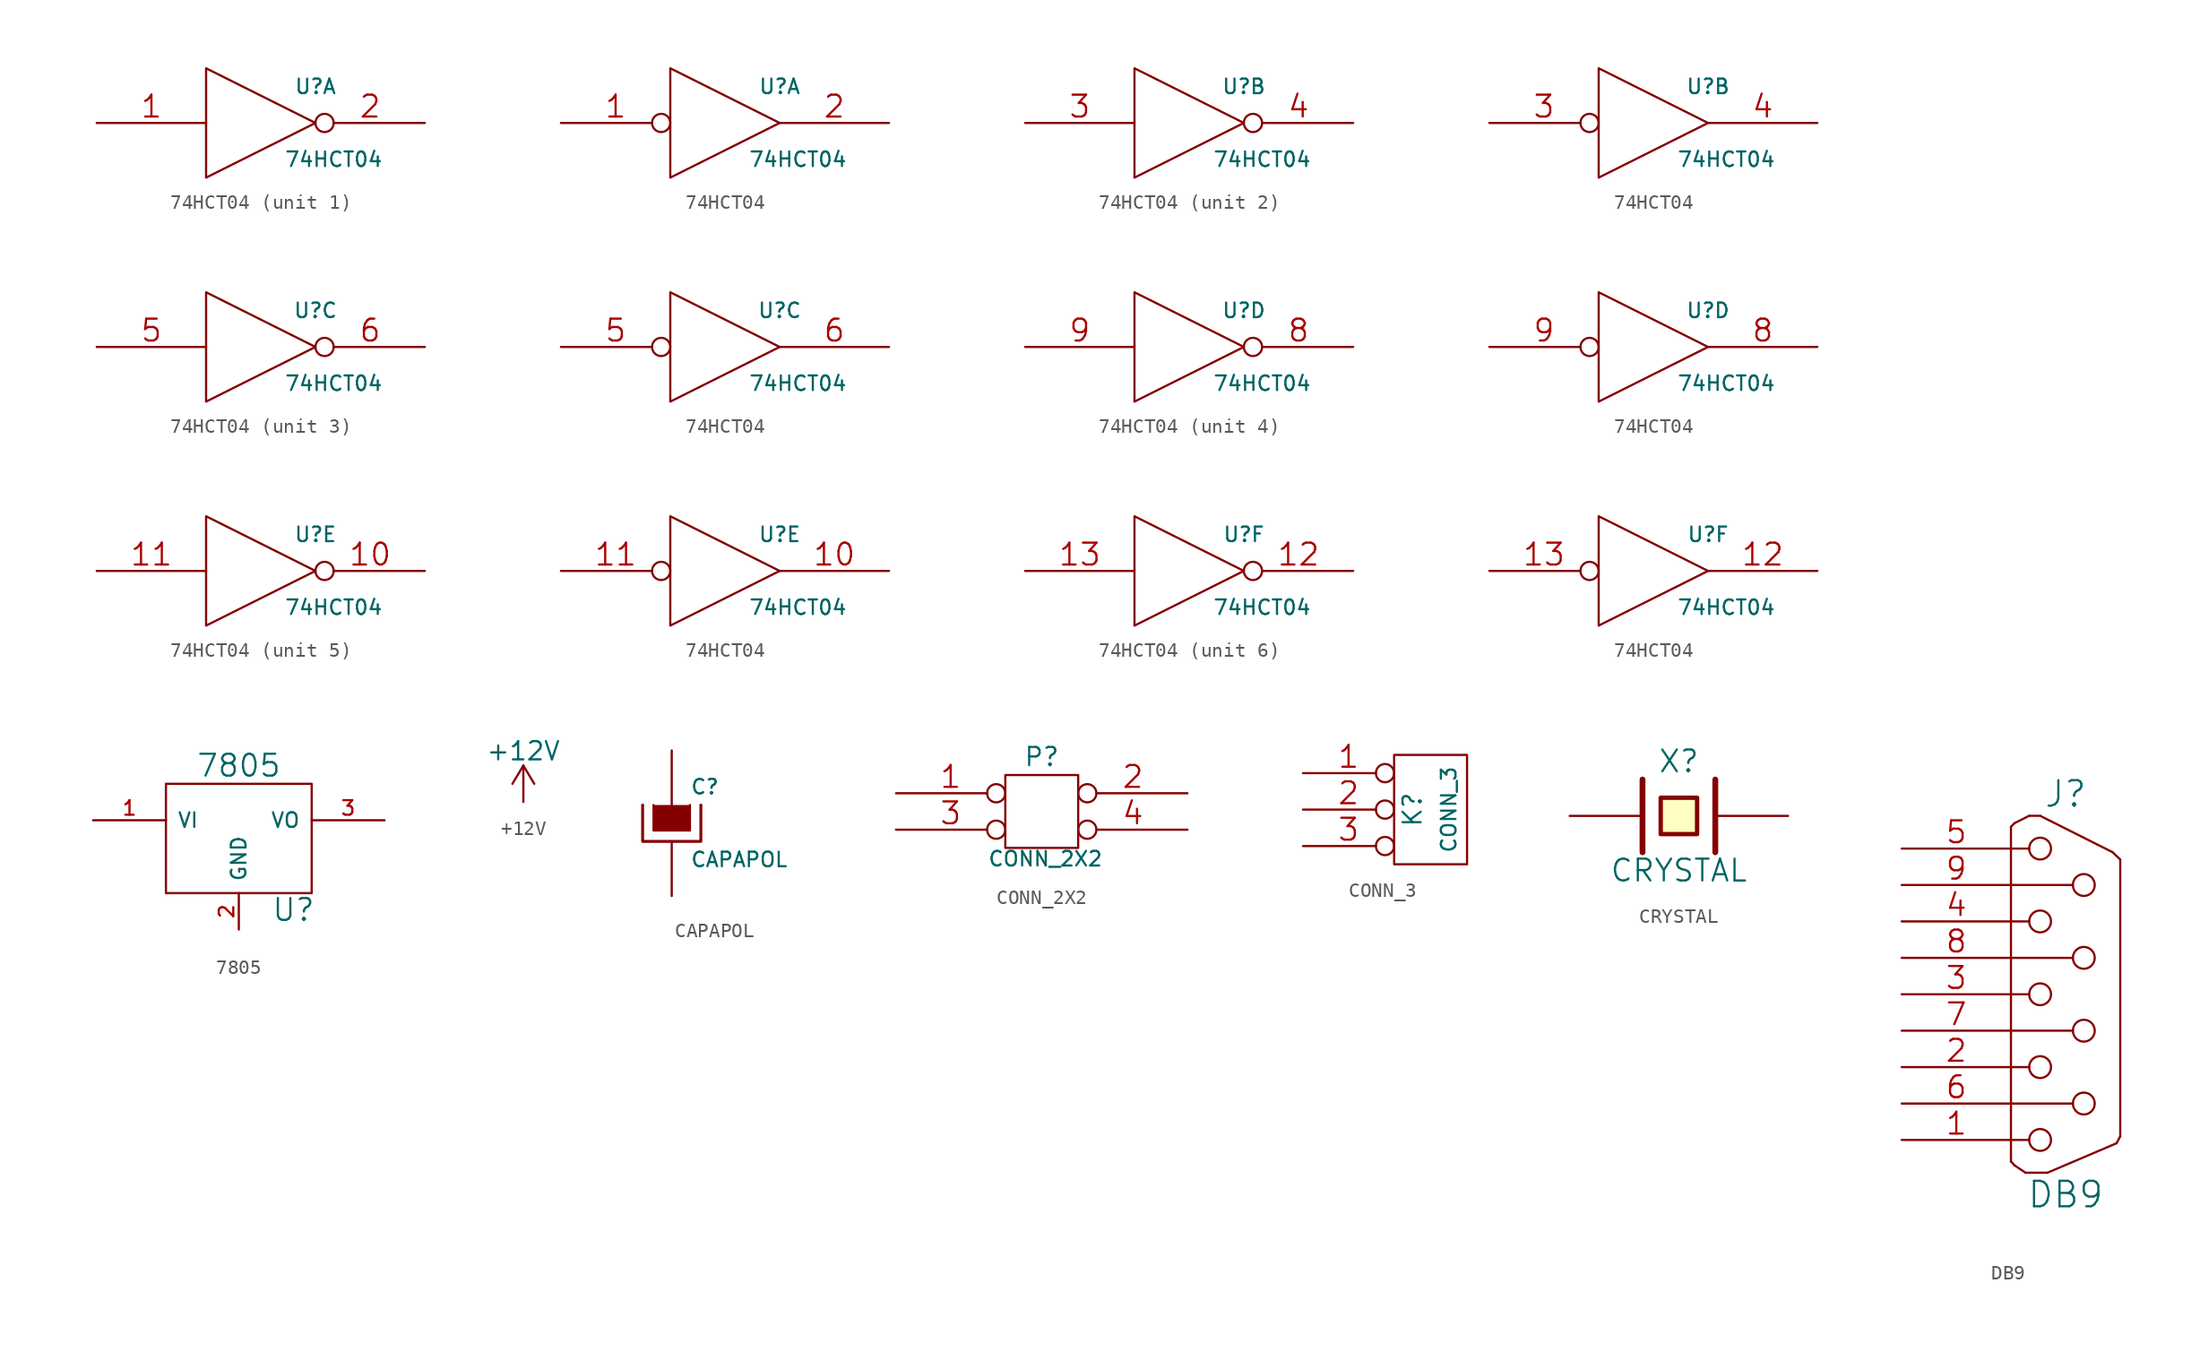
<source format=kicad_sym>
(kicad_symbol_lib
  (version 20201005)
  (generator kicad_symbol_editor)
  (symbol "carte_test_schlib:74HCT04"
    (pin_names
      (offset 0.762))
    (property "Reference" "U"
      (at 3.81 2.54 0)
      (effects (font (size 1.016 1.016))))
    (property "Value" "74HCT04"
      (at 5.08 -2.54 0)
      (effects (font (size 1.016 1.016))))
    (property "Footprint" ""
      (at 0 0 0)
      (effects (font (size 1.524 1.524))))
    (property "Datasheet" ""
      (at 0 0 0)
      (effects (font (size 1.524 1.524))))
    (symbol "74HCT04_0_0"
      (polyline (pts (xy -3.81 3.81) (xy -3.81 -3.81) (xy 3.81 0) (xy -3.81 3.81)) (stroke (width 0)) (fill (type none)))
      (pin power_in line (at -1.27 2.54 270) (length 0) hide (name "VCC" (effects (font (size 0.508 0.508)))) (number "14" (effects (font (size 0.762 0.762)))))
      (pin power_in line (at -1.27 -2.54 90) (length 0) hide (name "GND" (effects (font (size 0.508 0.508)))) (number "7" (effects (font (size 0.762 0.762))))))
    (symbol "74HCT04_1_1"
      (pin input line (at -11.43 0 0) (length 7.62) (name "~" (effects (font (size 1.524 1.524)))) (number "1" (effects (font (size 1.524 1.524)))))
      (pin output inverted (at 11.43 0 180) (length 7.62) (name "~" (effects (font (size 1.524 1.524)))) (number "2" (effects (font (size 1.524 1.524))))))
    (symbol "74HCT04_2_1"
      (pin input line (at -11.43 0 0) (length 7.62) (name "~" (effects (font (size 1.524 1.524)))) (number "3" (effects (font (size 1.524 1.524)))))
      (pin output inverted (at 11.43 0 180) (length 7.62) (name "~" (effects (font (size 1.524 1.524)))) (number "4" (effects (font (size 1.524 1.524))))))
    (symbol "74HCT04_3_1"
      (pin input line (at -11.43 0 0) (length 7.62) (name "~" (effects (font (size 1.524 1.524)))) (number "5" (effects (font (size 1.524 1.524)))))
      (pin output inverted (at 11.43 0 180) (length 7.62) (name "~" (effects (font (size 1.524 1.524)))) (number "6" (effects (font (size 1.524 1.524))))))
    (symbol "74HCT04_4_1"
      (pin output inverted (at 11.43 0 180) (length 7.62) (name "~" (effects (font (size 1.524 1.524)))) (number "8" (effects (font (size 1.524 1.524)))))
      (pin input line (at -11.43 0 0) (length 7.62) (name "~" (effects (font (size 1.524 1.524)))) (number "9" (effects (font (size 1.524 1.524))))))
    (symbol "74HCT04_5_1"
      (pin output inverted (at 11.43 0 180) (length 7.62) (name "~" (effects (font (size 1.524 1.524)))) (number "10" (effects (font (size 1.524 1.524)))))
      (pin input line (at -11.43 0 0) (length 7.62) (name "~" (effects (font (size 1.524 1.524)))) (number "11" (effects (font (size 1.524 1.524))))))
    (symbol "74HCT04_6_1"
      (pin output inverted (at 11.43 0 180) (length 7.62) (name "~" (effects (font (size 1.524 1.524)))) (number "12" (effects (font (size 1.524 1.524)))))
      (pin input line (at -11.43 0 0) (length 7.62) (name "~" (effects (font (size 1.524 1.524)))) (number "13" (effects (font (size 1.524 1.524))))))
    (symbol "74HCT04_1_2"
      (pin input inverted (at -11.43 0 0) (length 7.62) (name "~" (effects (font (size 1.524 1.524)))) (number "1" (effects (font (size 1.524 1.524)))))
      (pin output line (at 11.43 0 180) (length 7.62) (name "~" (effects (font (size 1.524 1.524)))) (number "2" (effects (font (size 1.524 1.524))))))
    (symbol "74HCT04_2_2"
      (pin input inverted (at -11.43 0 0) (length 7.62) (name "~" (effects (font (size 1.524 1.524)))) (number "3" (effects (font (size 1.524 1.524)))))
      (pin output line (at 11.43 0 180) (length 7.62) (name "~" (effects (font (size 1.524 1.524)))) (number "4" (effects (font (size 1.524 1.524))))))
    (symbol "74HCT04_3_2"
      (pin input inverted (at -11.43 0 0) (length 7.62) (name "~" (effects (font (size 1.524 1.524)))) (number "5" (effects (font (size 1.524 1.524)))))
      (pin output line (at 11.43 0 180) (length 7.62) (name "~" (effects (font (size 1.524 1.524)))) (number "6" (effects (font (size 1.524 1.524))))))
    (symbol "74HCT04_4_2"
      (pin output line (at 11.43 0 180) (length 7.62) (name "~" (effects (font (size 1.524 1.524)))) (number "8" (effects (font (size 1.524 1.524)))))
      (pin input inverted (at -11.43 0 0) (length 7.62) (name "~" (effects (font (size 1.524 1.524)))) (number "9" (effects (font (size 1.524 1.524))))))
    (symbol "74HCT04_5_2"
      (pin output line (at 11.43 0 180) (length 7.62) (name "~" (effects (font (size 1.524 1.524)))) (number "10" (effects (font (size 1.524 1.524)))))
      (pin input inverted (at -11.43 0 0) (length 7.62) (name "~" (effects (font (size 1.524 1.524)))) (number "11" (effects (font (size 1.524 1.524))))))
    (symbol "74HCT04_6_2"
      (pin output line (at 11.43 0 180) (length 7.62) (name "~" (effects (font (size 1.524 1.524)))) (number "12" (effects (font (size 1.524 1.524)))))
      (pin input inverted (at -11.43 0 0) (length 7.62) (name "~" (effects (font (size 1.524 1.524)))) (number "13" (effects (font (size 1.524 1.524)))))))
  (symbol "carte_test_schlib:7805"
    (pin_names
      (offset 0.762))
    (property "Reference" "U"
      (at 3.81 -4.978 0)
      (effects (font (size 1.524 1.524))))
    (property "Value" "7805"
      (at 0 5.08 0)
      (effects (font (size 1.524 1.524))))
    (property "Footprint" ""
      (at 0 0 0)
      (effects (font (size 1.524 1.524))))
    (property "Datasheet" ""
      (at 0 0 0)
      (effects (font (size 1.524 1.524))))
    (symbol "7805_0_1"
      (rectangle (start -5.08 -3.81) (end 5.08 3.81) (stroke (width 0)) (fill (type none))))
    (symbol "7805_1_1"
      (pin input line (at -10.16 1.27 0) (length 5.08) (name "VI" (effects (font (size 1.016 1.016)))) (number "1" (effects (font (size 1.016 1.016)))))
      (pin input line (at 0 -6.35 90) (length 2.54) (name "GND" (effects (font (size 1.016 1.016)))) (number "2" (effects (font (size 1.016 1.016)))))
      (pin power_out line (at 10.16 1.27 180) (length 5.08) (name "VO" (effects (font (size 1.016 1.016)))) (number "3" (effects (font (size 1.016 1.016)))))))
  (symbol "carte_test_schlib:+12V"
    (power)
    (pin_names
      (offset 0))
    (property "Reference" "#PWR"
      (at 0 -3.81 0)
      (effects (font (size 1.27 1.27)) hide))
    (property "Value" "+12V"
      (at 0 3.556 0)
      (effects (font (size 1.27 1.27))))
    (symbol "+12V_0_1"
      (polyline (pts (xy -0.762 1.27) (xy 0 2.54)) (stroke (width 0)) (fill (type none)))
      (polyline (pts (xy 0 0) (xy 0 2.54)) (stroke (width 0)) (fill (type none)))
      (polyline (pts (xy 0 2.54) (xy 0.762 1.27)) (stroke (width 0)) (fill (type none))))
    (symbol "+12V_1_1"
      (pin power_in line (at 0 0 90) (length 0) hide (name "+12V" (effects (font (size 1.27 1.27)))) (number "1" (effects (font (size 1.27 1.27)))))))
  (symbol "carte_test_schlib:CAPAPOL"
    (pin_numbers hide)
    (pin_names
      (offset 0.254) hide)
    (property "Reference" "C"
      (at 1.27 2.54 0)
      (effects (font (size 1.016 1.016)) (justify left)))
    (property "Value" "CAPAPOL"
      (at 1.27 -2.54 0)
      (effects (font (size 1.016 1.016)) (justify left)))
    (property "Footprint" ""
      (at 2.54 -3.81 0)
      (effects (font (size 0.762 0.762))))
    (property "Datasheet" ""
      (at 1.27 2.54 0)
      (effects (font (size 0.762 0.762))))
    (symbol "CAPAPOL_0_1"
      (polyline (pts (xy -2.032 1.27) (xy -2.032 -1.27) (xy 2.032 -1.27) (xy 2.032 1.27)) (stroke (width 0.203)) (fill (type none)))
      (polyline (pts (xy -1.27 1.27) (xy -1.27 -0.508) (xy 1.27 -0.508) (xy 1.27 1.27)) (stroke (width 0)) (fill (type outline))))
    (symbol "CAPAPOL_1_1"
      (pin passive line (at 0 5.08 270) (length 3.81) (name "~" (effects (font (size 1.016 1.016)))) (number "1" (effects (font (size 1.016 1.016)))))
      (pin passive line (at 0 -5.08 90) (length 3.81) (name "~" (effects (font (size 1.016 1.016)))) (number "2" (effects (font (size 1.016 1.016)))))))
  (symbol "carte_test_schlib:CONN_2X2"
    (pin_names
      (offset 1.016) hide)
    (property "Reference" "P"
      (at 0 3.81 0)
      (effects (font (size 1.27 1.27))))
    (property "Value" "CONN_2X2"
      (at 0.254 -3.302 0)
      (effects (font (size 1.016 1.016))))
    (property "Footprint" ""
      (at 0 0 0)
      (effects (font (size 1.524 1.524))))
    (property "Datasheet" ""
      (at 0 0 0)
      (effects (font (size 1.524 1.524))))
    (symbol "CONN_2X2_0_1"
      (rectangle (start -2.54 2.54) (end 2.54 -2.54) (stroke (width 0)) (fill (type none))))
    (symbol "CONN_2X2_1_1"
      (pin passive inverted (at -10.16 1.27 0) (length 7.62) (name "1" (effects (font (size 1.524 1.524)))) (number "1" (effects (font (size 1.524 1.524)))))
      (pin passive inverted (at 10.16 1.27 180) (length 7.62) (name "2" (effects (font (size 1.524 1.524)))) (number "2" (effects (font (size 1.524 1.524)))))
      (pin passive inverted (at -10.16 -1.27 0) (length 7.62) (name "3" (effects (font (size 1.524 1.524)))) (number "3" (effects (font (size 1.524 1.524)))))
      (pin passive inverted (at 10.16 -1.27 180) (length 7.62) (name "4" (effects (font (size 1.524 1.524)))) (number "4" (effects (font (size 1.524 1.524)))))))
  (symbol "carte_test_schlib:CONN_3"
    (pin_names
      (offset 1.016) hide)
    (property "Reference" "K"
      (at -1.27 0 90)
      (effects (font (size 1.27 1.27))))
    (property "Value" "CONN_3"
      (at 1.27 0 90)
      (effects (font (size 1.016 1.016))))
    (property "Footprint" ""
      (at 0 0 0)
      (effects (font (size 1.524 1.524))))
    (property "Datasheet" ""
      (at 0 0 0)
      (effects (font (size 1.524 1.524))))
    (symbol "CONN_3_0_1"
      (rectangle (start -2.54 3.81) (end 2.54 -3.81) (stroke (width 0)) (fill (type none))))
    (symbol "CONN_3_1_1"
      (pin passive inverted (at -8.89 2.54 0) (length 6.35) (name "P1" (effects (font (size 1.524 1.524)))) (number "1" (effects (font (size 1.524 1.524)))))
      (pin passive inverted (at -8.89 0 0) (length 6.35) (name "PM" (effects (font (size 1.524 1.524)))) (number "2" (effects (font (size 1.524 1.524)))))
      (pin passive inverted (at -8.89 -2.54 0) (length 6.35) (name "P3" (effects (font (size 1.524 1.524)))) (number "3" (effects (font (size 1.524 1.524)))))))
  (symbol "carte_test_schlib:CRYSTAL"
    (pin_numbers hide)
    (pin_names
      (offset 1.016) hide)
    (property "Reference" "X"
      (at 0 3.81 0)
      (effects (font (size 1.524 1.524))))
    (property "Value" "CRYSTAL"
      (at 0 -3.81 0)
      (effects (font (size 1.524 1.524))))
    (property "Footprint" ""
      (at 0 0 0)
      (effects (font (size 1.524 1.524))))
    (property "Datasheet" ""
      (at 0 0 0)
      (effects (font (size 1.524 1.524))))
    (symbol "CRYSTAL_0_1"
      (polyline (pts (xy -2.54 2.54) (xy -2.54 -2.54)) (stroke (width 0.406)) (fill (type none)))
      (polyline (pts (xy 2.54 2.54) (xy 2.54 -2.54)) (stroke (width 0.406)) (fill (type none)))
      (polyline (pts (xy -1.27 1.27) (xy 1.27 1.27) (xy 1.27 -1.27) (xy -1.27 -1.27) (xy -1.27 1.27)) (stroke (width 0.305)) (fill (type background))))
    (symbol "CRYSTAL_1_1"
      (pin passive line (at -7.62 0 0) (length 5.08) (name "1" (effects (font (size 1.016 1.016)))) (number "1" (effects (font (size 1.016 1.016)))))
      (pin passive line (at 7.62 0 180) (length 5.08) (name "2" (effects (font (size 1.016 1.016)))) (number "2" (effects (font (size 1.016 1.016)))))))
  (symbol "carte_test_schlib:DB9"
    (pin_names
      (offset 1.016) hide)
    (property "Reference" "J"
      (at 0 13.97 0)
      (effects (font (size 1.778 1.778))))
    (property "Value" "DB9"
      (at 0 -13.97 0)
      (effects (font (size 1.778 1.778))))
    (property "Footprint" ""
      (at 0 0 0)
      (effects (font (size 1.524 1.524))))
    (property "Datasheet" ""
      (at 0 0 0)
      (effects (font (size 1.524 1.524))))
    (symbol "DB9_0_1"
      (circle (center -1.778 -10.16) (radius 0.762) (stroke (width 0)) (fill (type none)))
      (circle (center -1.778 -5.08) (radius 0.762) (stroke (width 0)) (fill (type none)))
      (circle (center -1.778 0) (radius 0.762) (stroke (width 0)) (fill (type none)))
      (circle (center -1.778 5.08) (radius 0.762) (stroke (width 0)) (fill (type none)))
      (circle (center -1.778 10.16) (radius 0.762) (stroke (width 0)) (fill (type none)))
      (circle (center 1.27 -7.62) (radius 0.762) (stroke (width 0)) (fill (type none)))
      (circle (center 1.27 -2.54) (radius 0.762) (stroke (width 0)) (fill (type none)))
      (circle (center 1.27 2.54) (radius 0.762) (stroke (width 0)) (fill (type none)))
      (circle (center 1.27 7.62) (radius 0.762) (stroke (width 0)) (fill (type none)))
      (polyline (pts (xy -3.81 -11.684) (xy -3.81 11.684)) (stroke (width 0)) (fill (type none)))
      (polyline (pts (xy -3.81 -11.659) (xy -3.556 -11.938)) (stroke (width 0)) (fill (type none)))
      (polyline (pts (xy -3.81 -10.16) (xy -2.54 -10.16)) (stroke (width 0)) (fill (type none)))
      (polyline (pts (xy -3.81 -7.62) (xy 0.508 -7.62)) (stroke (width 0)) (fill (type none)))
      (polyline (pts (xy -3.81 -5.08) (xy -2.54 -5.08)) (stroke (width 0)) (fill (type none)))
      (polyline (pts (xy -3.81 -2.54) (xy 0.508 -2.54)) (stroke (width 0)) (fill (type none)))
      (polyline (pts (xy -3.81 0) (xy -2.54 0)) (stroke (width 0)) (fill (type none)))
      (polyline (pts (xy -3.81 2.54) (xy 0.508 2.54)) (stroke (width 0)) (fill (type none)))
      (polyline (pts (xy -3.81 5.08) (xy -2.54 5.08)) (stroke (width 0)) (fill (type none)))
      (polyline (pts (xy -3.81 7.62) (xy 0.508 7.62)) (stroke (width 0)) (fill (type none)))
      (polyline (pts (xy -3.81 10.16) (xy -2.54 10.16)) (stroke (width 0)) (fill (type none)))
      (polyline (pts (xy -3.556 -11.938) (xy -2.794 -12.446)) (stroke (width 0)) (fill (type none)))
      (polyline (pts (xy -3.556 11.938) (xy -3.81 11.684)) (stroke (width 0)) (fill (type none)))
      (polyline (pts (xy -3.556 11.938) (xy -2.54 12.446)) (stroke (width 0)) (fill (type none)))
      (polyline (pts (xy -2.794 -12.446) (xy -1.27 -12.446)) (stroke (width 0)) (fill (type none)))
      (polyline (pts (xy -2.54 12.446) (xy -1.778 12.446)) (stroke (width 0)) (fill (type none)))
      (polyline (pts (xy 3.277 9.906) (xy -1.778 12.446)) (stroke (width 0)) (fill (type none)))
      (polyline (pts (xy 3.277 9.906) (xy 3.81 9.398)) (stroke (width 0)) (fill (type none)))
      (polyline (pts (xy 3.556 -10.389) (xy -1.27 -12.446)) (stroke (width 0)) (fill (type none)))
      (polyline (pts (xy 3.81 -9.906) (xy 3.556 -10.389)) (stroke (width 0)) (fill (type none)))
      (polyline (pts (xy 3.81 9.398) (xy 3.81 -9.906)) (stroke (width 0)) (fill (type none))))
    (symbol "DB9_1_1"
      (pin passive line (at -11.43 -10.16 0) (length 7.62) (name "1" (effects (font (size 1.524 1.524)))) (number "1" (effects (font (size 1.524 1.524)))))
      (pin passive line (at -11.43 -5.08 0) (length 7.62) (name "2" (effects (font (size 1.524 1.524)))) (number "2" (effects (font (size 1.524 1.524)))))
      (pin passive line (at -11.43 0 0) (length 7.62) (name "3" (effects (font (size 1.524 1.524)))) (number "3" (effects (font (size 1.524 1.524)))))
      (pin passive line (at -11.43 5.08 0) (length 7.62) (name "4" (effects (font (size 1.524 1.524)))) (number "4" (effects (font (size 1.524 1.524)))))
      (pin passive line (at -11.43 10.16 0) (length 7.62) (name "5" (effects (font (size 1.524 1.524)))) (number "5" (effects (font (size 1.524 1.524)))))
      (pin passive line (at -11.43 -7.62 0) (length 7.62) (name "P6" (effects (font (size 1.524 1.524)))) (number "6" (effects (font (size 1.524 1.524)))))
      (pin passive line (at -11.43 -2.54 0) (length 7.62) (name "P7" (effects (font (size 1.524 1.524)))) (number "7" (effects (font (size 1.524 1.524)))))
      (pin passive line (at -11.43 2.54 0) (length 7.62) (name "P8" (effects (font (size 1.524 1.524)))) (number "8" (effects (font (size 1.524 1.524)))))
      (pin passive line (at -11.43 7.62 0) (length 7.62) (name "P9" (effects (font (size 1.524 1.524)))) (number "9" (effects (font (size 1.524 1.524))))))))
</source>
